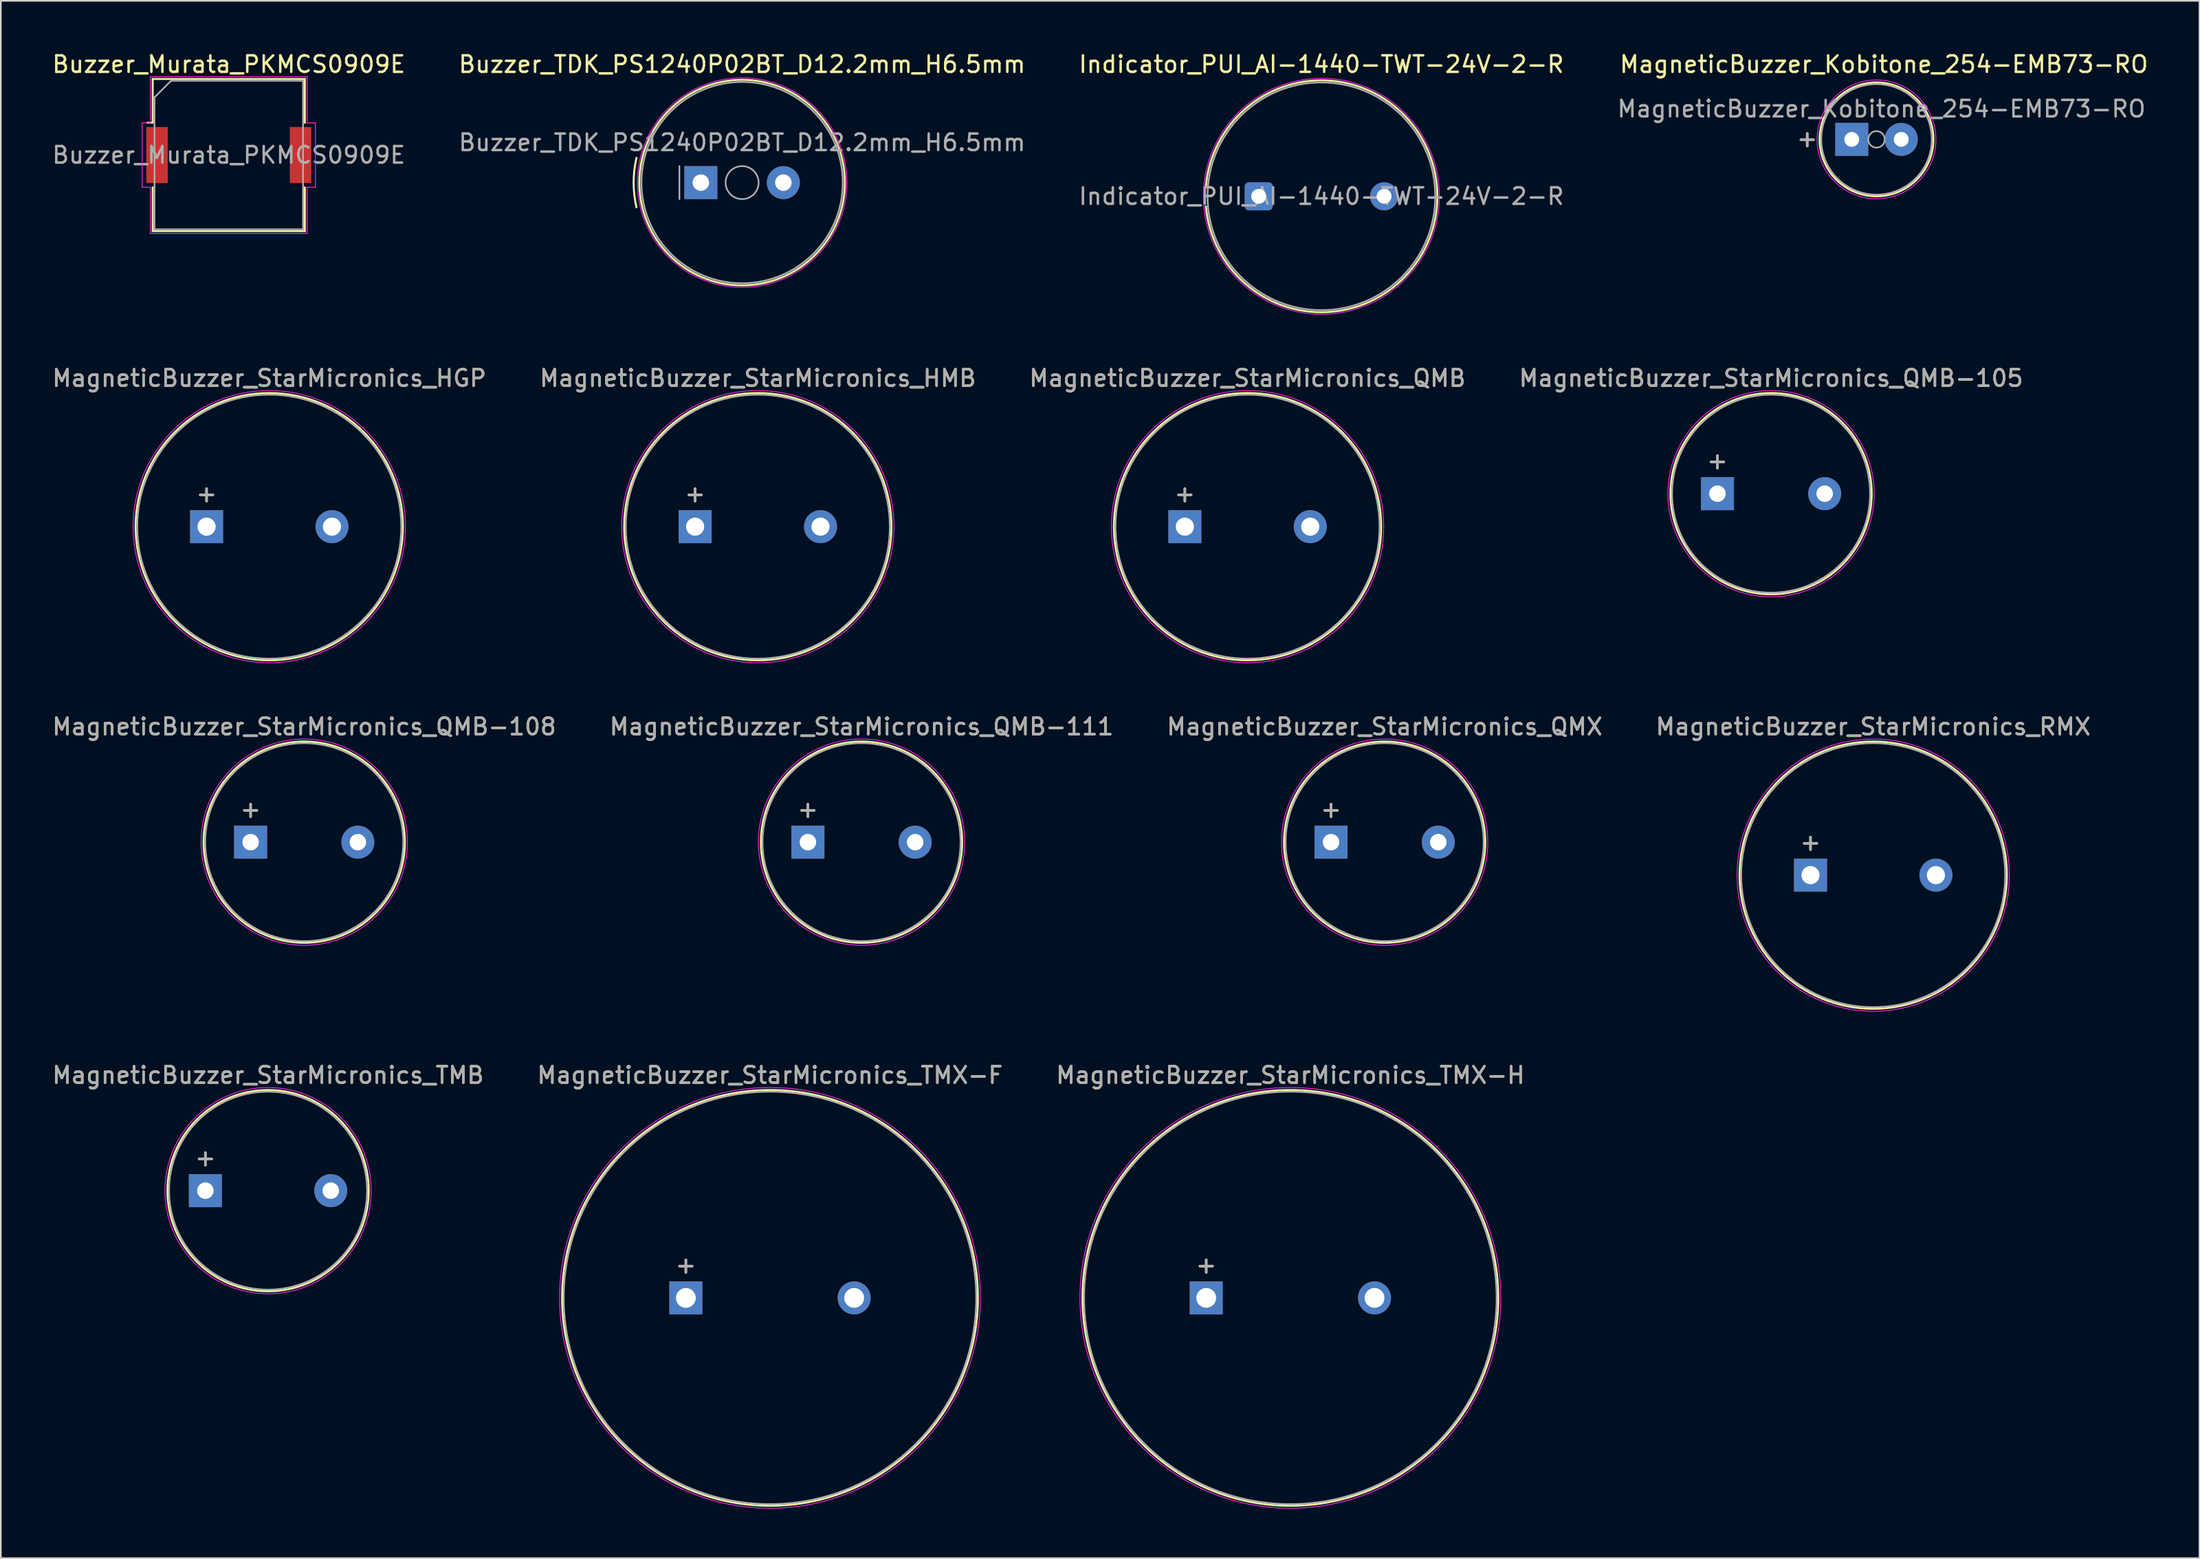
<source format=kicad_pcb>
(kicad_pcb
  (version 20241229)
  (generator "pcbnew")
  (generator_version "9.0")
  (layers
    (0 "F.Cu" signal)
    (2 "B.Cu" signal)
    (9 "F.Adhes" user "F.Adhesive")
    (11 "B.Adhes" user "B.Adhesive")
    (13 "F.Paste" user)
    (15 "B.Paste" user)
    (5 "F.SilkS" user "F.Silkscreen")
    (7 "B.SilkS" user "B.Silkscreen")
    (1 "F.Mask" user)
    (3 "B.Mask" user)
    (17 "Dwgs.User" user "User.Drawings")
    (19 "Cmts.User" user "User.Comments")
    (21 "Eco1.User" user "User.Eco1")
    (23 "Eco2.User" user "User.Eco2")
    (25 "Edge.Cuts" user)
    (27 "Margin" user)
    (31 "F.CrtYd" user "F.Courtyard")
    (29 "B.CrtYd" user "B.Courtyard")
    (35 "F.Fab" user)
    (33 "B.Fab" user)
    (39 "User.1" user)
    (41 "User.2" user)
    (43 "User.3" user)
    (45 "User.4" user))
  (footprint "MagneticBuzzer_StarMicronics_HMB"
    (layer "F.Cu")
    (at 39.075 28.872)
    (property "Reference" "MagneticBuzzer_StarMicronics_HMB" (at 3.8 -9 0) (layer "F.SilkS") (effects (font (size 1 1) (thickness 0.15))))
    (attr through_hole)
    (fp_circle (center 3.8 0) (end 11.9 0) (stroke (width 0.12) (type solid)) (fill no) (layer "F.SilkS"))
    (fp_circle (center 3.8 0) (end 12.05 0) (stroke (width 0.05) (type solid)) (fill no) (layer "F.CrtYd"))
    (fp_circle (center 3.8 0) (end 11.8 0) (stroke (width 0.1) (type solid)) (fill no) (layer "F.Fab"))
    (fp_text user "+" (at 0 -2 0) (layer "F.SilkS") (effects (font (size 1 1) (thickness 0.15))))
    (fp_text user "+" (at 0 -2 0) (layer "F.Fab") (effects (font (size 1 1) (thickness 0.15))))
    (fp_text user "${REFERENCE}" (at 3.8 -9 0) (layer "F.Fab") (effects (font (size 1 1) (thickness 0.15))))
    (pad "1" thru_hole rect (at 0 0) (size 2 2) (drill 1.1) (layers "*.Cu" "*.Mask"))
    (pad "2" thru_hole circle (at 7.6 0) (size 2 2) (drill 1.1) (layers "*.Cu" "*.Mask")))
  (footprint "MagneticBuzzer_StarMicronics_QMB-105"
    (layer "F.Cu")
    (at 101.03 26.872)
    (property "Reference" "MagneticBuzzer_StarMicronics_QMB-105" (at 3.25 -7 0) (layer "F.SilkS") (effects (font (size 1 1) (thickness 0.15))))
    (attr through_hole)
    (fp_circle (center 3.25 0) (end 9.35 0) (stroke (width 0.12) (type solid)) (fill no) (layer "F.SilkS"))
    (fp_circle (center 3.25 0) (end 9.5 0) (stroke (width 0.05) (type solid)) (fill no) (layer "F.CrtYd"))
    (fp_circle (center 3.25 0) (end 9.25 0) (stroke (width 0.1) (type solid)) (fill no) (layer "F.Fab"))
    (fp_text user "+" (at 0 -2 0) (layer "F.SilkS") (effects (font (size 1 1) (thickness 0.15))))
    (fp_text user "+" (at 0 -2 0) (layer "F.Fab") (effects (font (size 1 1) (thickness 0.15))))
    (fp_text user "${REFERENCE}" (at 3.25 -7 0) (layer "F.Fab") (effects (font (size 1 1) (thickness 0.15))))
    (pad "1" thru_hole rect (at 0 0) (size 2 2) (drill 1) (layers "*.Cu" "*.Mask"))
    (pad "2" thru_hole circle (at 6.5 0) (size 2 2) (drill 1) (layers "*.Cu" "*.Mask")))
  (footprint "MagneticBuzzer_StarMicronics_TMX-H"
    (layer "F.Cu")
    (at 70.049 75.618)
    (property "Reference" "MagneticBuzzer_StarMicronics_TMX-H" (at 5.1 -13.5 0) (layer "F.SilkS") (effects (font (size 1 1) (thickness 0.15))))
    (attr through_hole)
    (fp_circle (center 5.1 0) (end 17.7 0) (stroke (width 0.12) (type solid)) (fill no) (layer "F.SilkS"))
    (fp_circle (center 5.1 0) (end 17.85 0) (stroke (width 0.05) (type solid)) (fill no) (layer "F.CrtYd"))
    (fp_circle (center 5.1 0) (end 17.6 0) (stroke (width 0.1) (type solid)) (fill no) (layer "F.Fab"))
    (fp_text user "+" (at 0 -2 0) (layer "F.SilkS") (effects (font (size 1 1) (thickness 0.15))))
    (fp_text user "${REFERENCE}" (at 5.1 -13.5 0) (layer "F.Fab") (effects (font (size 1 1) (thickness 0.15))))
    (fp_text user "+" (at 0 -2 0) (layer "F.Fab") (effects (font (size 1 1) (thickness 0.15))))
    (pad "1" thru_hole rect (at 0 0) (size 2 2) (drill 1.2) (layers "*.Cu" "*.Mask"))
    (pad "2" thru_hole circle (at 10.2 0) (size 2 2) (drill 1.2) (layers "*.Cu" "*.Mask")))
  (footprint "MagneticBuzzer_StarMicronics_TMB"
    (layer "F.Cu")
    (at 9.396 69.118)
    (property "Reference" "MagneticBuzzer_StarMicronics_TMB" (at 3.8 -7 0) (layer "F.SilkS") (effects (font (size 1 1) (thickness 0.15))))
    (attr through_hole)
    (fp_circle (center 3.8 0) (end 9.9 0) (stroke (width 0.12) (type solid)) (fill no) (layer "F.SilkS"))
    (fp_circle (center 3.8 0) (end 10.05 0) (stroke (width 0.05) (type solid)) (fill no) (layer "F.CrtYd"))
    (fp_circle (center 3.8 0) (end 9.8 0) (stroke (width 0.1) (type solid)) (fill no) (layer "F.Fab"))
    (fp_text user "+" (at 0 -2 0) (layer "F.SilkS") (effects (font (size 1 1) (thickness 0.15))))
    (fp_text user "+" (at 0 -2 0) (layer "F.Fab") (effects (font (size 1 1) (thickness 0.15))))
    (fp_text user "${REFERENCE}" (at 3.8 -7 0) (layer "F.Fab") (effects (font (size 1 1) (thickness 0.15))))
    (pad "1" thru_hole rect (at 0 0) (size 2 2) (drill 1) (layers "*.Cu" "*.Mask"))
    (pad "2" thru_hole circle (at 7.6 0) (size 2 2) (drill 1) (layers "*.Cu" "*.Mask")))
  (footprint "Buzzer_TDK_PS1240P02BT_D12.2mm_H6.5mm"
    (layer "F.Cu")
    (at 39.423 8.018)
    (property "Reference" "Buzzer_TDK_PS1240P02BT_D12.2mm_H6.5mm" (at 2.5 -7.17 0) (layer "F.SilkS") (effects (font (size 1 1) (thickness 0.15))))
    (attr through_hole)
    (fp_arc (start -3.9 1.499999) (mid -4.073431 0) (end -3.9 -1.5) (stroke (width 0.12) (type solid)) (layer "F.SilkS"))
    (fp_circle (center 2.5 0) (end 8.73 0) (stroke (width 0.12) (type solid)) (fill no) (layer "F.SilkS"))
    (fp_circle (center 2.5 0) (end 8.85 0) (stroke (width 0.05) (type solid)) (fill no) (layer "F.CrtYd"))
    (fp_line (start -1.3 -1) (end -1.3 1) (stroke (width 0.1) (type solid)) (layer "F.Fab"))
    (fp_circle (center 2.5 0) (end 3.5 0) (stroke (width 0.1) (type solid)) (fill no) (layer "F.Fab"))
    (fp_circle (center 2.5 0) (end 8.6 0) (stroke (width 0.1) (type solid)) (fill no) (layer "F.Fab"))
    (fp_text user "${REFERENCE}" (at 2.5 -2.43 0) (layer "F.Fab") (effects (font (size 1 1) (thickness 0.15))))
    (pad "1" thru_hole rect (at 0 0) (size 2 2) (drill 1) (layers "*.Cu" "*.Mask"))
    (pad "2" thru_hole circle (at 5 0) (size 2 2) (drill 1) (layers "*.Cu" "*.Mask")))
  (footprint "MagneticBuzzer_StarMicronics_TMX-F"
    (layer "F.Cu")
    (at 38.513 75.618)
    (property "Reference" "MagneticBuzzer_StarMicronics_TMX-F" (at 5.1 -13.5 0) (layer "F.SilkS") (effects (font (size 1 1) (thickness 0.15))))
    (attr through_hole)
    (fp_circle (center 5.1 0) (end 17.7 0) (stroke (width 0.12) (type solid)) (fill no) (layer "F.SilkS"))
    (fp_circle (center 5.1 0) (end 17.85 0) (stroke (width 0.05) (type solid)) (fill no) (layer "F.CrtYd"))
    (fp_circle (center 5.1 0) (end 17.6 0) (stroke (width 0.1) (type solid)) (fill no) (layer "F.Fab"))
    (fp_text user "+" (at 0 -2 0) (layer "F.SilkS") (effects (font (size 1 1) (thickness 0.15))))
    (fp_text user "+" (at 0 -2 0) (layer "F.Fab") (effects (font (size 1 1) (thickness 0.15))))
    (fp_text user "${REFERENCE}" (at 5.1 -13.5 0) (layer "F.Fab") (effects (font (size 1 1) (thickness 0.15))))
    (pad "1" thru_hole rect (at 0 0) (size 2 2) (drill 1.2) (layers "*.Cu" "*.Mask"))
    (pad "2" thru_hole circle (at 10.2 0) (size 2 2) (drill 1.2) (layers "*.Cu" "*.Mask")))
  (footprint "MagneticBuzzer_StarMicronics_QMB-111"
    (layer "F.Cu")
    (at 45.911 47.995)
    (property "Reference" "MagneticBuzzer_StarMicronics_QMB-111" (at 3.25 -7 0) (layer "F.SilkS") (effects (font (size 1 1) (thickness 0.15))))
    (attr through_hole)
    (fp_circle (center 3.25 0) (end 9.35 0) (stroke (width 0.12) (type solid)) (fill no) (layer "F.SilkS"))
    (fp_circle (center 3.25 0) (end 9.5 0) (stroke (width 0.05) (type solid)) (fill no) (layer "F.CrtYd"))
    (fp_circle (center 3.25 0) (end 9.25 0) (stroke (width 0.1) (type solid)) (fill no) (layer "F.Fab"))
    (fp_text user "+" (at 0 -2 0) (layer "F.SilkS") (effects (font (size 1 1) (thickness 0.15))))
    (fp_text user "+" (at 0 -2 0) (layer "F.Fab") (effects (font (size 1 1) (thickness 0.15))))
    (fp_text user "${REFERENCE}" (at 3.25 -7 0) (layer "F.Fab") (effects (font (size 1 1) (thickness 0.15))))
    (pad "1" thru_hole rect (at 0 0) (size 2 2) (drill 1) (layers "*.Cu" "*.Mask"))
    (pad "2" thru_hole circle (at 6.5 0) (size 2 2) (drill 1) (layers "*.Cu" "*.Mask")))
  (footprint "MagneticBuzzer_StarMicronics_RMX"
    (layer "F.Cu")
    (at 106.67 49.995)
    (property "Reference" "MagneticBuzzer_StarMicronics_RMX" (at 3.8 -9 0) (layer "F.SilkS") (effects (font (size 1 1) (thickness 0.15))))
    (attr through_hole)
    (fp_circle (center 3.8 0) (end 11.9 0) (stroke (width 0.12) (type solid)) (fill no) (layer "F.SilkS"))
    (fp_circle (center 3.8 0) (end 12.05 0) (stroke (width 0.05) (type solid)) (fill no) (layer "F.CrtYd"))
    (fp_circle (center 3.8 0) (end 11.8 0) (stroke (width 0.1) (type solid)) (fill no) (layer "F.Fab"))
    (fp_text user "+" (at 0 -2 0) (layer "F.SilkS") (effects (font (size 1 1) (thickness 0.15))))
    (fp_text user "+" (at 0 -2 0) (layer "F.Fab") (effects (font (size 1 1) (thickness 0.15))))
    (fp_text user "${REFERENCE}" (at 3.8 -9 0) (layer "F.Fab") (effects (font (size 1 1) (thickness 0.15))))
    (pad "1" thru_hole rect (at 0 0) (size 2 2) (drill 1.1) (layers "*.Cu" "*.Mask"))
    (pad "2" thru_hole circle (at 7.6 0) (size 2 2) (drill 1.1) (layers "*.Cu" "*.Mask")))
  (footprint "MagneticBuzzer_Kobitone_254-EMB73-RO"
    (layer "F.Cu")
    (at 109.17 5.398)
    (property "Reference" "MagneticBuzzer_Kobitone_254-EMB73-RO" (at 1.95 -4.55 0) (layer "F.SilkS") (effects (font (size 1 1) (thickness 0.15))))
    (attr through_hole)
    (fp_circle (center 1.5 0) (end 4.95 0) (stroke (width 0.12) (type solid)) (fill no) (layer "F.SilkS"))
    (fp_circle (center 1.5 0) (end 5.1 0) (stroke (width 0.05) (type solid)) (fill no) (layer "F.CrtYd"))
    (fp_circle (center 1.5 0) (end 2 0) (stroke (width 0.1) (type solid)) (fill no) (layer "F.Fab"))
    (fp_circle (center 1.5 0) (end 4.85 0) (stroke (width 0.1) (type solid)) (fill no) (layer "F.Fab"))
    (fp_text user "+" (at -2.7 -0.05 0) (layer "F.SilkS") (effects (font (size 1 1) (thickness 0.15))))
    (fp_text user "${REFERENCE}" (at 1.8 -1.85 0) (layer "F.Fab") (effects (font (size 1 1) (thickness 0.15))))
    (fp_text user "+" (at -2.7 -0.05 0) (layer "F.Fab") (effects (font (size 1 1) (thickness 0.15))))
    (pad "1" thru_hole rect (at 0 0) (size 2 2) (drill 0.9) (layers "*.Cu" "*.Mask"))
    (pad "2" thru_hole circle (at 3 0) (size 2 2) (drill 0.9) (layers "*.Cu" "*.Mask")))
  (footprint "Indicator_PUI_AI-1440-TWT-24V-2-R"
    (layer "F.Cu")
    (at 73.23 8.848)
    (property "Reference" "Indicator_PUI_AI-1440-TWT-24V-2-R" (at 3.8 -8 0) (layer "F.SilkS") (effects (font (size 1 1) (thickness 0.15))))
    (attr through_hole)
    (fp_arc (start -3.2 -0.615) (mid 10.826964 0.00257) (end -3.200448 0.60988) (stroke (width 0.12) (type solid)) (layer "F.SilkS"))
    (fp_circle (center 3.8 0) (end 10.95 0) (stroke (width 0.05) (type solid)) (fill no) (layer "F.CrtYd"))
    (fp_circle (center 3.8 0) (end 10.7 0) (stroke (width 0.1) (type solid)) (fill no) (layer "F.Fab"))
    (fp_text user "${REFERENCE}" (at 3.8 0 0) (layer "F.Fab") (effects (font (size 1 1) (thickness 0.15))))
    (pad "1" thru_hole roundrect (at 0 0) (size 1.7 1.7) (drill 0.9) (layers "*.Cu" "*.Mask") (roundrect_rratio 0.147))
    (pad "2" thru_hole circle (at 7.6 0) (size 1.7 1.7) (drill 0.9) (layers "*.Cu" "*.Mask")))
  (footprint "MagneticBuzzer_StarMicronics_QMX"
    (layer "F.Cu")
    (at 77.613 47.995)
    (property "Reference" "MagneticBuzzer_StarMicronics_QMX" (at 3.25 -7 0) (layer "F.SilkS") (effects (font (size 1 1) (thickness 0.15))))
    (attr through_hole)
    (fp_circle (center 3.25 0) (end 9.35 0) (stroke (width 0.12) (type solid)) (fill no) (layer "F.SilkS"))
    (fp_circle (center 3.25 0) (end 9.5 0) (stroke (width 0.05) (type solid)) (fill no) (layer "F.CrtYd"))
    (fp_circle (center 3.25 0) (end 9.25 0) (stroke (width 0.1) (type solid)) (fill no) (layer "F.Fab"))
    (fp_text user "+" (at 0 -2 0) (layer "F.SilkS") (effects (font (size 1 1) (thickness 0.15))))
    (fp_text user "+" (at 0 -2 0) (layer "F.Fab") (effects (font (size 1 1) (thickness 0.15))))
    (fp_text user "${REFERENCE}" (at 3.25 -7 0) (layer "F.Fab") (effects (font (size 1 1) (thickness 0.15))))
    (pad "1" thru_hole rect (at 0 0) (size 2 2) (drill 1) (layers "*.Cu" "*.Mask"))
    (pad "2" thru_hole circle (at 6.5 0) (size 2 2) (drill 1) (layers "*.Cu" "*.Mask")))
  (footprint "MagneticBuzzer_StarMicronics_QMB-108"
    (layer "F.Cu")
    (at 12.137 47.995)
    (property "Reference" "MagneticBuzzer_StarMicronics_QMB-108" (at 3.25 -7 0) (layer "F.SilkS") (effects (font (size 1 1) (thickness 0.15))))
    (attr through_hole)
    (fp_circle (center 3.25 0) (end 9.35 0) (stroke (width 0.12) (type solid)) (fill no) (layer "F.SilkS"))
    (fp_circle (center 3.25 0) (end 9.5 0) (stroke (width 0.05) (type solid)) (fill no) (layer "F.CrtYd"))
    (fp_circle (center 3.25 0) (end 9.25 0) (stroke (width 0.1) (type solid)) (fill no) (layer "F.Fab"))
    (fp_text user "+" (at 0 -2 0) (layer "F.SilkS") (effects (font (size 1 1) (thickness 0.15))))
    (fp_text user "${REFERENCE}" (at 3.25 -7 0) (layer "F.Fab") (effects (font (size 1 1) (thickness 0.15))))
    (fp_text user "+" (at 0 -2 0) (layer "F.Fab") (effects (font (size 1 1) (thickness 0.15))))
    (pad "1" thru_hole rect (at 0 0) (size 2 2) (drill 1) (layers "*.Cu" "*.Mask"))
    (pad "2" thru_hole circle (at 6.5 0) (size 2 2) (drill 1) (layers "*.Cu" "*.Mask")))
  (footprint "Buzzer_Murata_PKMCS0909E"
    (layer "F.Cu")
    (at 10.815 6.348)
    (property "Reference" "Buzzer_Murata_PKMCS0909E" (at 0 -5.5 0) (layer "F.SilkS") (effects (font (size 1 1) (thickness 0.15))))
    (attr smd)
    (fp_line (start -4.61 -4.61) (end 4.61 -4.61) (stroke (width 0.12) (type solid)) (layer "F.SilkS"))
    (fp_line (start -4.61 -1.96) (end -4.94 -1.96) (stroke (width 0.12) (type solid)) (layer "F.SilkS"))
    (fp_line (start -4.61 -1.96) (end -4.61 -4.61) (stroke (width 0.12) (type solid)) (layer "F.SilkS"))
    (fp_line (start -4.61 4.61) (end -4.61 1.96) (stroke (width 0.12) (type solid)) (layer "F.SilkS"))
    (fp_line (start 4.61 -4.61) (end 4.61 -1.96) (stroke (width 0.12) (type solid)) (layer "F.SilkS"))
    (fp_line (start 4.61 1.96) (end 4.61 4.61) (stroke (width 0.12) (type solid)) (layer "F.SilkS"))
    (fp_line (start 4.61 4.61) (end -4.61 4.61) (stroke (width 0.12) (type solid)) (layer "F.SilkS"))
    (fp_line (start -5.25 1.95) (end -5.25 -1.95) (stroke (width 0.05) (type solid)) (layer "F.CrtYd"))
    (fp_line (start -4.75 -4.75) (end 4.75 -4.75) (stroke (width 0.05) (type solid)) (layer "F.CrtYd"))
    (fp_line (start -4.75 -1.95) (end -5.25 -1.95) (stroke (width 0.05) (type solid)) (layer "F.CrtYd"))
    (fp_line (start -4.75 -1.95) (end -4.75 -4.75) (stroke (width 0.05) (type solid)) (layer "F.CrtYd"))
    (fp_line (start -4.75 1.95) (end -5.25 1.95) (stroke (width 0.05) (type solid)) (layer "F.CrtYd"))
    (fp_line (start -4.75 4.75) (end -4.75 1.95) (stroke (width 0.05) (type solid)) (layer "F.CrtYd"))
    (fp_line (start 4.75 -1.95) (end 4.75 -4.75) (stroke (width 0.05) (type solid)) (layer "F.CrtYd"))
    (fp_line (start 4.75 -1.95) (end 5.25 -1.95) (stroke (width 0.05) (type solid)) (layer "F.CrtYd"))
    (fp_line (start 4.75 1.95) (end 5.25 1.95) (stroke (width 0.05) (type solid)) (layer "F.CrtYd"))
    (fp_line (start 4.75 4.75) (end -4.75 4.75) (stroke (width 0.05) (type solid)) (layer "F.CrtYd"))
    (fp_line (start 4.75 4.75) (end 4.75 1.95) (stroke (width 0.05) (type solid)) (layer "F.CrtYd"))
    (fp_line (start 5.25 1.95) (end 5.25 -1.95) (stroke (width 0.05) (type solid)) (layer "F.CrtYd"))
    (fp_line (start -4.5 -3.5) (end -3.5 -4.5) (stroke (width 0.1) (type solid)) (layer "F.Fab"))
    (fp_line (start -4.5 4.5) (end -4.5 -3.5) (stroke (width 0.1) (type solid)) (layer "F.Fab"))
    (fp_line (start -3.5 -4.5) (end 4.5 -4.5) (stroke (width 0.1) (type solid)) (layer "F.Fab"))
    (fp_line (start 4.5 -4.5) (end 4.5 4.5) (stroke (width 0.1) (type solid)) (layer "F.Fab"))
    (fp_line (start 4.5 4.5) (end -4.5 4.5) (stroke (width 0.1) (type solid)) (layer "F.Fab"))
    (fp_text user "${REFERENCE}" (at 0 0 0) (layer "F.Fab") (effects (font (size 1 1) (thickness 0.15))))
    (pad "1" smd rect (at -4.35 0) (size 1.3 3.4) (layers "F.Cu" "F.Mask" "F.Paste"))
    (pad "2" smd rect (at 4.35 0) (size 1.3 3.4) (layers "F.Cu" "F.Mask" "F.Paste")))
  (footprint "MagneticBuzzer_StarMicronics_QMB"
    (layer "F.Cu")
    (at 68.754 28.872)
    (property "Reference" "MagneticBuzzer_StarMicronics_QMB" (at 3.8 -9 0) (layer "F.SilkS") (effects (font (size 1 1) (thickness 0.15))))
    (attr through_hole)
    (fp_circle (center 3.8 0) (end 11.9 0) (stroke (width 0.12) (type solid)) (fill no) (layer "F.SilkS"))
    (fp_circle (center 3.8 0) (end 12.05 0) (stroke (width 0.05) (type solid)) (fill no) (layer "F.CrtYd"))
    (fp_circle (center 3.8 0) (end 11.8 0) (stroke (width 0.1) (type solid)) (fill no) (layer "F.Fab"))
    (fp_text user "+" (at 0 -2 0) (layer "F.SilkS") (effects (font (size 1 1) (thickness 0.15))))
    (fp_text user "${REFERENCE}" (at 3.8 -9 0) (layer "F.Fab") (effects (font (size 1 1) (thickness 0.15))))
    (fp_text user "+" (at 0 -2 0) (layer "F.Fab") (effects (font (size 1 1) (thickness 0.15))))
    (pad "1" thru_hole rect (at 0 0) (size 2 2) (drill 1.1) (layers "*.Cu" "*.Mask"))
    (pad "2" thru_hole circle (at 7.6 0) (size 2 2) (drill 1.1) (layers "*.Cu" "*.Mask")))
  (footprint "MagneticBuzzer_StarMicronics_HGP"
    (layer "F.Cu")
    (at 9.468 28.872)
    (property "Reference" "MagneticBuzzer_StarMicronics_HGP" (at 3.8 -9 0) (layer "F.SilkS") (effects (font (size 1 1) (thickness 0.15))))
    (attr through_hole)
    (fp_circle (center 3.8 0) (end 11.9 0) (stroke (width 0.12) (type solid)) (fill no) (layer "F.SilkS"))
    (fp_circle (center 3.8 0) (end 12.05 0) (stroke (width 0.05) (type solid)) (fill no) (layer "F.CrtYd"))
    (fp_circle (center 3.8 0) (end 11.8 0) (stroke (width 0.1) (type solid)) (fill no) (layer "F.Fab"))
    (fp_text user "+" (at 0 -2 0) (layer "F.SilkS") (effects (font (size 1 1) (thickness 0.15))))
    (fp_text user "+" (at 0 -2 0) (layer "F.Fab") (effects (font (size 1 1) (thickness 0.15))))
    (fp_text user "${REFERENCE}" (at 3.8 -9 0) (layer "F.Fab") (effects (font (size 1 1) (thickness 0.15))))
    (pad "1" thru_hole rect (at 0 0) (size 2 2) (drill 1.1) (layers "*.Cu" "*.Mask"))
    (pad "2" thru_hole circle (at 7.6 0) (size 2 2) (drill 1.1) (layers "*.Cu" "*.Mask")))
  (gr_rect
    (start -3 -3)
    (end 130.245 91.393)
    (stroke (width 0.1) (type default))
    (fill no)
    (layer "Edge.Cuts")))
</source>
